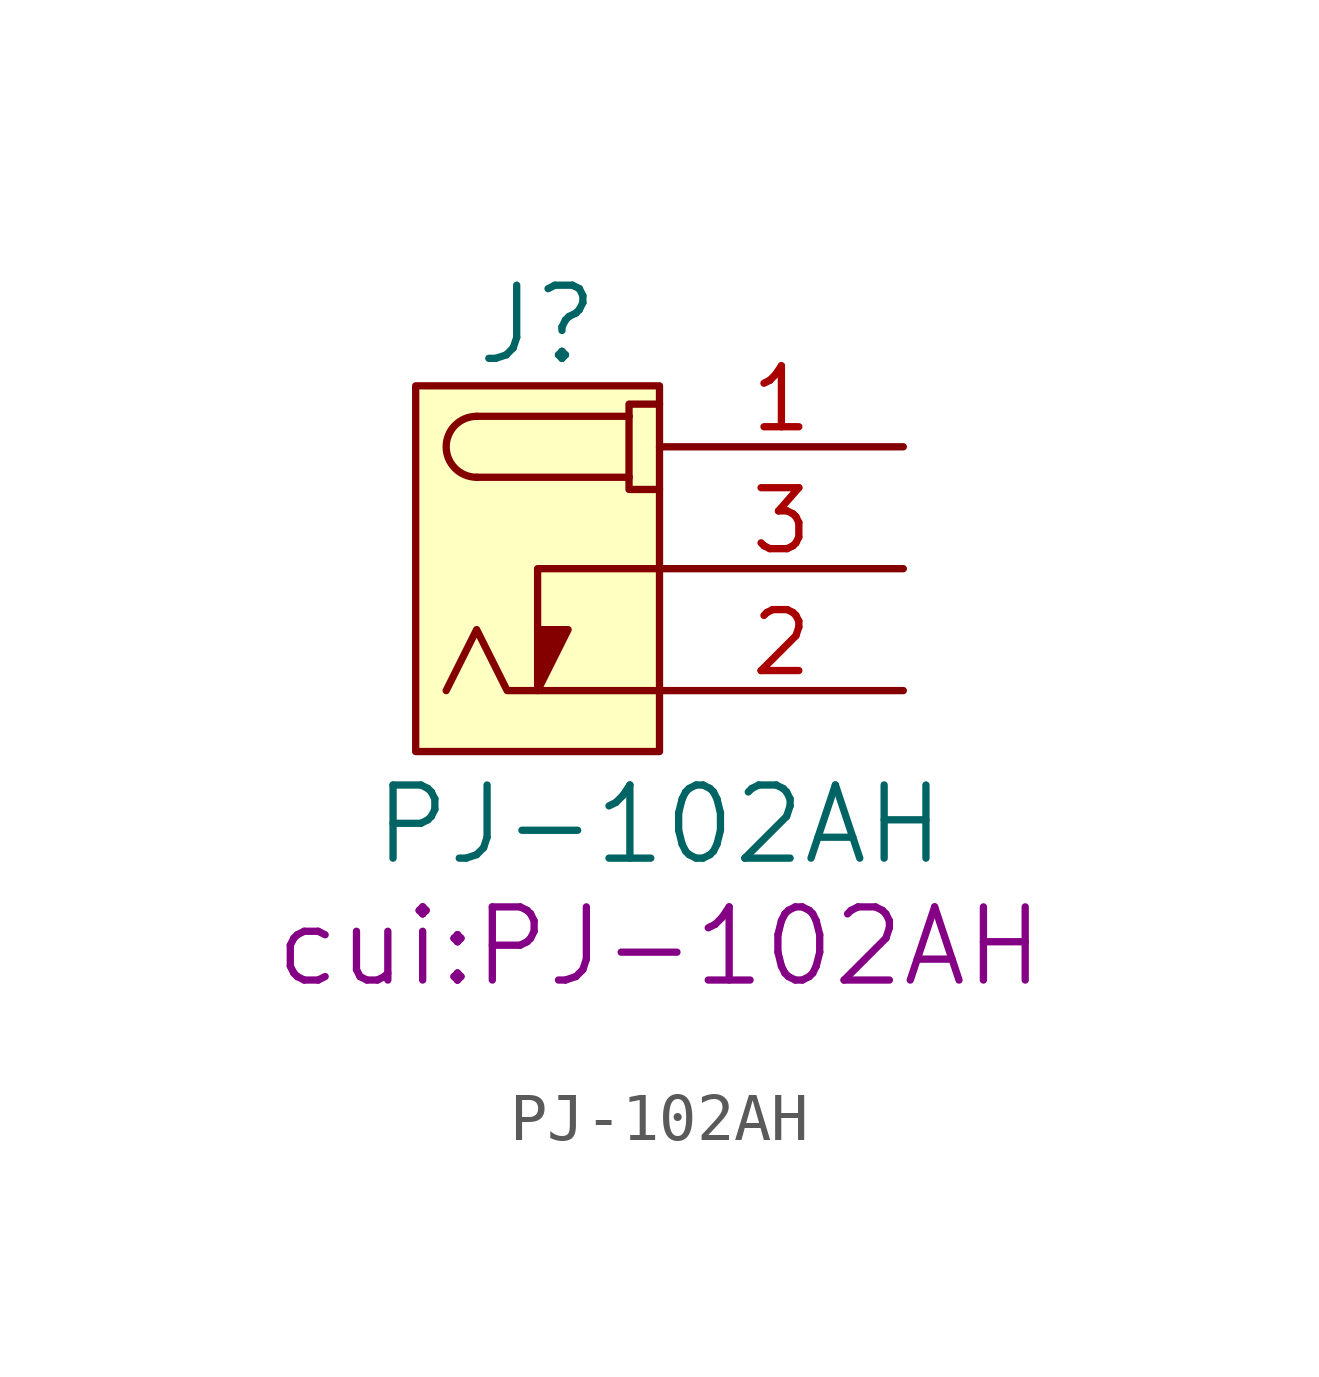
<source format=kicad_sym>
(kicad_symbol_lib
  (version 20211014)
  (generator kicad_symbol_editor)
  (symbol "PJ-102AH"
    (pin_names
      (offset 1.016) hide)
    (property "Reference" "J"
      (at -2.54 5.08 0)
      (effects (font (size 1.524 1.524))))
    (property "Value" "PJ-102AH"
      (at 0 -5.334 0)
      (effects (font (size 1.524 1.524))))
    (property "Footprint" "cui:PJ-102AH"
      (at 0 -7.874 0)
      (effects (font (size 1.524 1.524))))
    (symbol "PJ-102AH_0_1"
      (arc (start -3.81 3.175) (mid -4.445 2.54) (end -3.81 1.905) (stroke (width 0) (type default)) (fill (type none)))
      (polyline (pts (xy -0.635 1.905) (xy -3.81 1.905)) (stroke (width 0) (type default)) (fill (type none)))
      (polyline (pts (xy -0.635 1.905) (xy -0.635 3.175)) (stroke (width 0) (type default)) (fill (type none)))
      (polyline (pts (xy -0.635 3.175) (xy -3.81 3.175)) (stroke (width 0) (type default)) (fill (type none)))
      (polyline (pts (xy -2.54 -1.27) (xy -2.54 0) (xy 0 0)) (stroke (width 0) (type default)) (fill (type none)))
      (polyline (pts (xy -0.635 1.905) (xy -0.635 1.651) (xy 0 1.651)) (stroke (width 0) (type default)) (fill (type none)))
      (polyline (pts (xy -0.635 3.175) (xy -0.635 3.429) (xy 0 3.429)) (stroke (width 0) (type default)) (fill (type none)))
      (polyline (pts (xy -2.54 -2.54) (xy -1.905 -1.27) (xy -2.54 -1.27) (xy -2.54 -2.54)) (stroke (width 0) (type default)) (fill (type outline)))
      (polyline (pts (xy 0 -2.54) (xy -3.175 -2.54) (xy -3.81 -1.27) (xy -4.445 -2.54)) (stroke (width 0) (type default)) (fill (type none)))
      (rectangle (start 0 3.81) (end -5.08 -3.81) (stroke (width 0) (type default)) (fill (type background))))
    (symbol "PJ-102AH_1_1"
      (pin passive line (at 5.08 2.54 180) (length 5.08) (name "POLE" (effects (font (size 1.27 1.27)))) (number "1" (effects (font (size 1.27 1.27)))))
      (pin passive line (at 5.08 -2.54 180) (length 5.08) (name "OUT" (effects (font (size 1.27 1.27)))) (number "2" (effects (font (size 1.27 1.27)))))
      (pin passive line (at 5.08 0 180) (length 5.08) (name "OUT" (effects (font (size 1.27 1.27)))) (number "3" (effects (font (size 1.27 1.27))))))))
</source>
